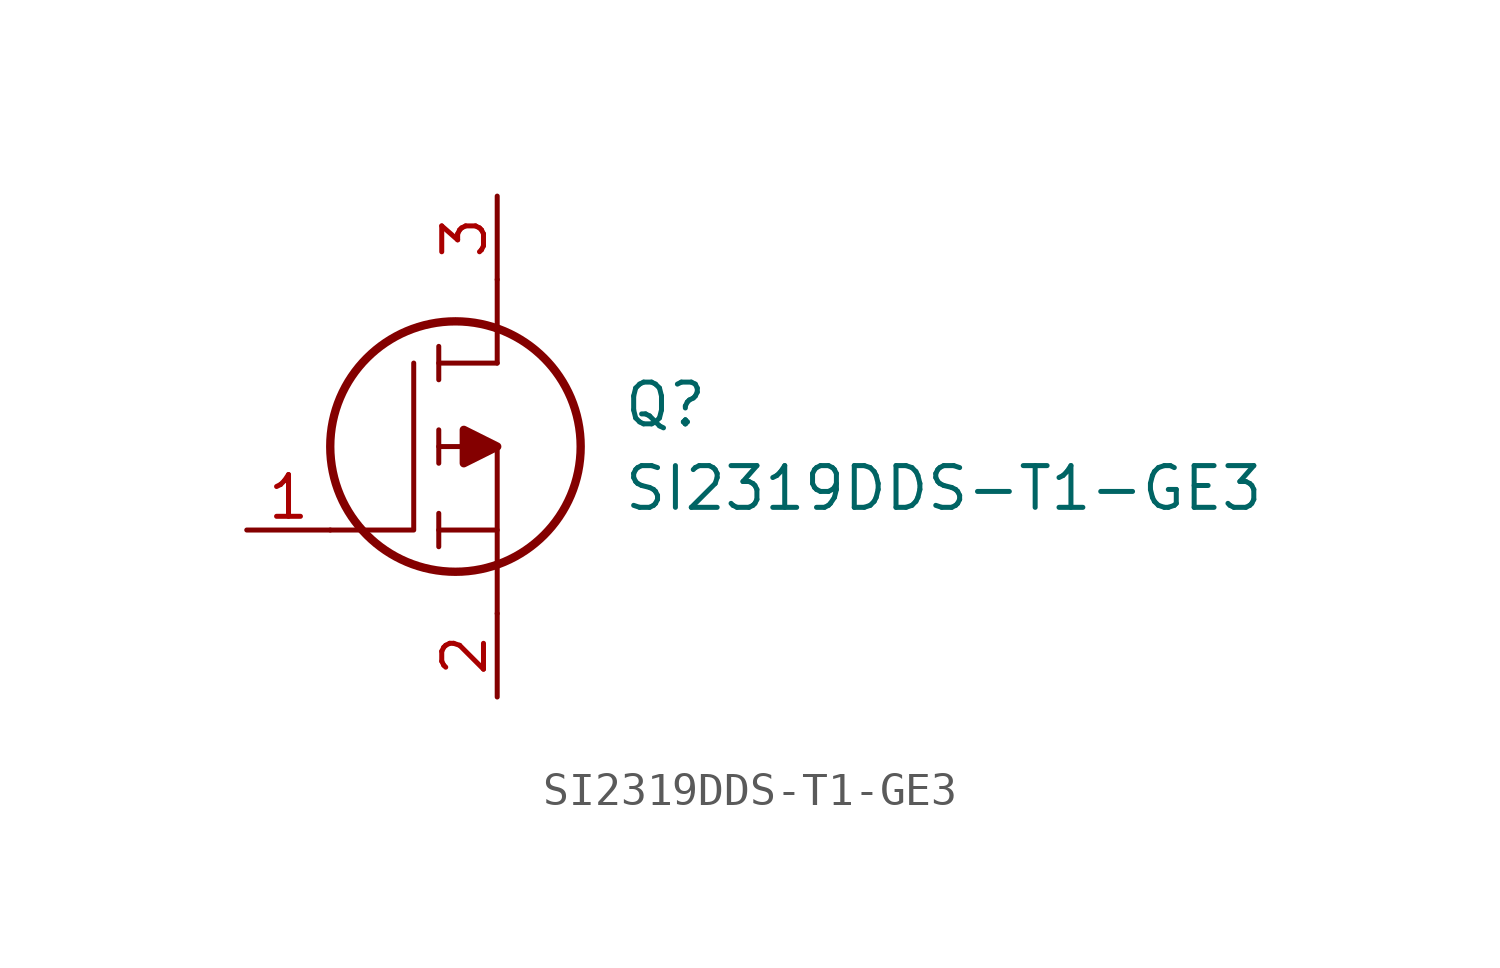
<source format=kicad_sym>
(kicad_symbol_lib
  (version 20220914)
  (generator kicad_symbol_editor)
  (symbol "SI2319DDS-T1-GE3"
    (pin_names
      (offset 0.762))
    (property "Reference" "Q"
      (at 11.43 3.81 0)
      (effects (font (size 1.27 1.27)) (justify left)))
    (property "Value" "SI2319DDS-T1-GE3"
      (at 11.43 1.27 0)
      (effects (font (size 1.27 1.27)) (justify left)))
    (symbol "SI2319DDS-T1-GE3_0_0"
      (pin passive line (at 0 0 0) (length 2.54) (name "~" (effects (font (size 1.27 1.27)))) (number "1" (effects (font (size 1.27 1.27)))))
      (pin passive line (at 7.62 -5.08 90) (length 2.54) (name "~" (effects (font (size 1.27 1.27)))) (number "2" (effects (font (size 1.27 1.27)))))
      (pin passive line (at 7.62 10.16 270) (length 2.54) (name "~" (effects (font (size 1.27 1.27)))) (number "3" (effects (font (size 1.27 1.27))))))
    (symbol "SI2319DDS-T1-GE3_0_1"
      (polyline (pts (xy 5.842 -0.508) (xy 5.842 0.508)) (stroke (width 0.152) (type solid)) (fill (type none)))
      (polyline (pts (xy 5.842 0) (xy 7.62 0)) (stroke (width 0.152) (type solid)) (fill (type none)))
      (polyline (pts (xy 5.842 2.032) (xy 5.842 3.048)) (stroke (width 0.152) (type solid)) (fill (type none)))
      (polyline (pts (xy 5.842 5.588) (xy 5.842 4.572)) (stroke (width 0.152) (type solid)) (fill (type none)))
      (polyline (pts (xy 7.62 2.54) (xy 5.842 2.54)) (stroke (width 0.152) (type solid)) (fill (type none)))
      (polyline (pts (xy 7.62 2.54) (xy 7.62 -2.54)) (stroke (width 0.152) (type solid)) (fill (type none)))
      (polyline (pts (xy 7.62 5.08) (xy 5.842 5.08)) (stroke (width 0.152) (type solid)) (fill (type none)))
      (polyline (pts (xy 7.62 5.08) (xy 7.62 7.62)) (stroke (width 0.152) (type solid)) (fill (type none)))
      (polyline (pts (xy 2.54 0) (xy 5.08 0) (xy 5.08 5.08)) (stroke (width 0.152) (type solid)) (fill (type none)))
      (polyline (pts (xy 7.62 2.54) (xy 6.604 3.048) (xy 6.604 2.032) (xy 7.62 2.54)) (stroke (width 0.254) (type solid)) (fill (type outline)))
      (circle (center 6.35 2.54) (radius 3.81) (stroke (width 0.254) (type solid)) (fill (type none))))))
</source>
